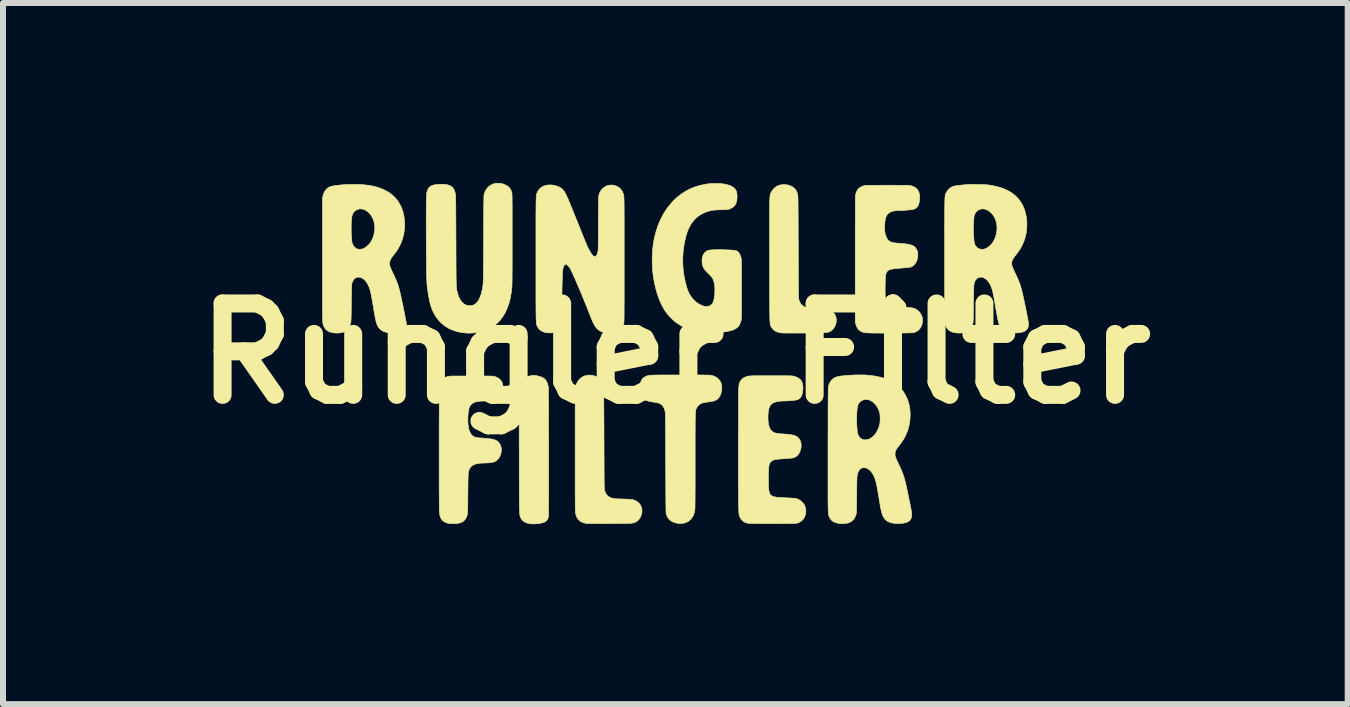
<source format=kicad_pcb>
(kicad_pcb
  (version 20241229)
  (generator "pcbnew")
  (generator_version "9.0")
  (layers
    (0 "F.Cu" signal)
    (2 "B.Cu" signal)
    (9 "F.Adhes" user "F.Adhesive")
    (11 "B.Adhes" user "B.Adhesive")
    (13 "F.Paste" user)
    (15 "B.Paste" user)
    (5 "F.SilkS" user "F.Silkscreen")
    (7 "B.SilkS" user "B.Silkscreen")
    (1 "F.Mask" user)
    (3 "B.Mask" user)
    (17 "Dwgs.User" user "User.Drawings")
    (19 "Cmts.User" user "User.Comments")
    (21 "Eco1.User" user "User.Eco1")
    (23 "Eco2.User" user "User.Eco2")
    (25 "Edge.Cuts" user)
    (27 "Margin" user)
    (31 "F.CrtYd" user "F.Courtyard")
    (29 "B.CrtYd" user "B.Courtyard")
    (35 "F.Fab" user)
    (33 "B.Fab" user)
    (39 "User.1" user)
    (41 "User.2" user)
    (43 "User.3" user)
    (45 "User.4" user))
  (footprint "Rungler Filter"
    (layer "F.Cu")
    (at 8.208 2.843)
    (property "Reference" "Rungler Filter" (at 0 0 0) (layer "F.SilkS") (effects (font (size 1.524 1.524) (thickness 0.3))))
    (attr through_hole)
    (fp_poly (pts (xy -2.331 0.366) (xy -2.297 0.373) (xy -2.262 0.382) (xy -2.229 0.394) (xy -2.201 0.408) (xy -2.188 0.417) (xy -2.165 0.439) (xy -2.145 0.468) (xy -2.13 0.504) (xy -2.12 0.544) (xy -2.117 0.566) (xy -2.116 0.574) (xy -2.116 0.591) (xy -2.116 0.616) (xy -2.115 0.648) (xy -2.115 0.688) (xy -2.115 0.736) (xy -2.114 0.79) (xy -2.114 0.852) (xy -2.114 0.92) (xy -2.113 0.995) (xy -2.113 1.077) (xy -2.113 1.164) (xy -2.113 1.258) (xy -2.113 1.357) (xy -2.112 1.462) (xy -2.112 1.572) (xy -2.112 1.655) (xy -2.112 1.767) (xy -2.112 1.871) (xy -2.112 1.968) (xy -2.112 2.056) (xy -2.112 2.138) (xy -2.112 2.212) (xy -2.112 2.28) (xy -2.112 2.342) (xy -2.112 2.398) (xy -2.113 2.448) (xy -2.113 2.492) (xy -2.113 2.532) (xy -2.113 2.567) (xy -2.113 2.598) (xy -2.114 2.624) (xy -2.114 2.647) (xy -2.114 2.666) (xy -2.115 2.683) (xy -2.115 2.696) (xy -2.116 2.707) (xy -2.116 2.715) (xy -2.117 2.722) (xy -2.117 2.727) (xy -2.118 2.731) (xy -2.119 2.733) (xy -2.13 2.763) (xy -2.148 2.787) (xy -2.168 2.803) (xy -2.189 2.814) (xy -2.218 2.823) (xy -2.252 2.83) (xy -2.289 2.835) (xy -2.327 2.839) (xy -2.366 2.84) (xy -2.403 2.839) (xy -2.437 2.835) (xy -2.442 2.834) (xy -2.481 2.823) (xy -2.515 2.807) (xy -2.543 2.785) (xy -2.566 2.759) (xy -2.576 2.741) (xy -2.578 2.736) (xy -2.581 2.731) (xy -2.583 2.726) (xy -2.585 2.721) (xy -2.587 2.715) (xy -2.589 2.708) (xy -2.591 2.701) (xy -2.592 2.692) (xy -2.593 2.681) (xy -2.594 2.668) (xy -2.596 2.652) (xy -2.596 2.634) (xy -2.597 2.612) (xy -2.598 2.587) (xy -2.599 2.558) (xy -2.599 2.525) (xy -2.6 2.488) (xy -2.6 2.446) (xy -2.6 2.398) (xy -2.601 2.346) (xy -2.601 2.287) (xy -2.601 2.223) (xy -2.601 2.152) (xy -2.602 2.075) (xy -2.602 1.99) (xy -2.602 1.898) (xy -2.602 1.798) (xy -2.602 1.69) (xy -2.602 1.651) (xy -2.603 1.527) (xy -2.603 1.41) (xy -2.603 1.303) (xy -2.603 1.203) (xy -2.603 1.112) (xy -2.603 1.028) (xy -2.603 0.952) (xy -2.602 0.885) (xy -2.602 0.824) (xy -2.602 0.772) (xy -2.602 0.727) (xy -2.601 0.689) (xy -2.601 0.659) (xy -2.6 0.636) (xy -2.6 0.62) (xy -2.599 0.612) (xy -2.592 0.56) (xy -2.578 0.513) (xy -2.558 0.473) (xy -2.533 0.438) (xy -2.502 0.409) (xy -2.48 0.395) (xy -2.456 0.383) (xy -2.427 0.374) (xy -2.396 0.367) (xy -2.367 0.364) (xy -2.363 0.364) (xy -2.331 0.366)) (stroke (width 0.01) (type solid)) (fill yes) (layer "F.SilkS"))
    (fp_poly (pts (xy -1.402 0.361) (xy -1.365 0.368) (xy -1.322 0.382) (xy -1.286 0.399) (xy -1.257 0.421) (xy -1.233 0.448) (xy -1.216 0.481) (xy -1.203 0.52) (xy -1.197 0.544) (xy -1.197 0.55) (xy -1.196 0.562) (xy -1.196 0.58) (xy -1.195 0.604) (xy -1.194 0.635) (xy -1.194 0.672) (xy -1.193 0.715) (xy -1.193 0.766) (xy -1.193 0.824) (xy -1.192 0.889) (xy -1.192 0.961) (xy -1.191 1.041) (xy -1.191 1.128) (xy -1.19 1.224) (xy -1.19 1.328) (xy -1.19 1.414) (xy -1.189 1.514) (xy -1.189 1.605) (xy -1.189 1.689) (xy -1.188 1.766) (xy -1.188 1.835) (xy -1.188 1.898) (xy -1.188 1.954) (xy -1.187 2.005) (xy -1.187 2.05) (xy -1.187 2.089) (xy -1.186 2.124) (xy -1.186 2.154) (xy -1.186 2.179) (xy -1.185 2.201) (xy -1.185 2.22) (xy -1.184 2.235) (xy -1.184 2.248) (xy -1.183 2.258) (xy -1.182 2.266) (xy -1.182 2.272) (xy -1.181 2.277) (xy -1.18 2.281) (xy -1.179 2.284) (xy -1.165 2.322) (xy -1.146 2.353) (xy -1.122 2.378) (xy -1.093 2.397) (xy -1.056 2.411) (xy -1.047 2.413) (xy -1.037 2.416) (xy -1.026 2.418) (xy -1.014 2.42) (xy -0.998 2.421) (xy -0.98 2.422) (xy -0.956 2.423) (xy -0.926 2.424) (xy -0.889 2.425) (xy -0.876 2.426) (xy -0.832 2.427) (xy -0.796 2.428) (xy -0.766 2.43) (xy -0.741 2.432) (xy -0.72 2.435) (xy -0.703 2.438) (xy -0.688 2.443) (xy -0.673 2.449) (xy -0.659 2.455) (xy -0.651 2.46) (xy -0.619 2.482) (xy -0.593 2.509) (xy -0.574 2.541) (xy -0.561 2.576) (xy -0.556 2.614) (xy -0.558 2.654) (xy -0.56 2.664) (xy -0.572 2.704) (xy -0.589 2.74) (xy -0.611 2.771) (xy -0.638 2.795) (xy -0.656 2.806) (xy -0.664 2.811) (xy -0.673 2.815) (xy -0.681 2.818) (xy -0.69 2.821) (xy -0.7 2.824) (xy -0.712 2.826) (xy -0.726 2.828) (xy -0.744 2.829) (xy -0.764 2.831) (xy -0.789 2.832) (xy -0.819 2.832) (xy -0.854 2.833) (xy -0.894 2.833) (xy -0.941 2.834) (xy -0.995 2.834) (xy -1.056 2.834) (xy -1.107 2.834) (xy -1.162 2.835) (xy -1.215 2.835) (xy -1.265 2.835) (xy -1.312 2.834) (xy -1.355 2.834) (xy -1.393 2.834) (xy -1.425 2.834) (xy -1.452 2.833) (xy -1.472 2.833) (xy -1.484 2.832) (xy -1.488 2.832) (xy -1.532 2.821) (xy -1.569 2.806) (xy -1.599 2.785) (xy -1.624 2.759) (xy -1.644 2.726) (xy -1.658 2.687) (xy -1.663 2.669) (xy -1.663 2.665) (xy -1.664 2.66) (xy -1.665 2.654) (xy -1.665 2.648) (xy -1.666 2.639) (xy -1.667 2.629) (xy -1.667 2.616) (xy -1.667 2.601) (xy -1.668 2.582) (xy -1.668 2.561) (xy -1.669 2.536) (xy -1.669 2.507) (xy -1.669 2.474) (xy -1.669 2.437) (xy -1.669 2.394) (xy -1.67 2.346) (xy -1.67 2.293) (xy -1.67 2.234) (xy -1.67 2.169) (xy -1.67 2.098) (xy -1.67 2.02) (xy -1.67 1.934) (xy -1.67 1.842) (xy -1.67 1.741) (xy -1.67 1.632) (xy -1.67 1.604) (xy -1.67 1.494) (xy -1.67 1.391) (xy -1.67 1.297) (xy -1.67 1.21) (xy -1.67 1.13) (xy -1.67 1.057) (xy -1.67 0.99) (xy -1.67 0.93) (xy -1.67 0.876) (xy -1.669 0.827) (xy -1.669 0.783) (xy -1.669 0.745) (xy -1.669 0.711) (xy -1.669 0.681) (xy -1.668 0.656) (xy -1.668 0.634) (xy -1.668 0.615) (xy -1.667 0.599) (xy -1.667 0.586) (xy -1.666 0.576) (xy -1.666 0.567) (xy -1.665 0.56) (xy -1.664 0.555) (xy -1.664 0.551) (xy -1.663 0.547) (xy -1.663 0.546) (xy -1.646 0.501) (xy -1.624 0.461) (xy -1.597 0.428) (xy -1.565 0.4) (xy -1.529 0.38) (xy -1.489 0.366) (xy -1.447 0.36) (xy -1.402 0.361)) (stroke (width 0.01) (type solid)) (fill yes) (layer "F.SilkS"))
    (fp_poly (pts (xy 1.84 -2.815) (xy 1.88 -2.808) (xy 1.894 -2.804) (xy 1.935 -2.788) (xy 1.969 -2.767) (xy 1.995 -2.742) (xy 2.016 -2.712) (xy 2.032 -2.675) (xy 2.039 -2.651) (xy 2.04 -2.647) (xy 2.041 -2.643) (xy 2.041 -2.636) (xy 2.042 -2.628) (xy 2.043 -2.618) (xy 2.043 -2.606) (xy 2.044 -2.591) (xy 2.044 -2.572) (xy 2.045 -2.551) (xy 2.045 -2.525) (xy 2.045 -2.495) (xy 2.046 -2.461) (xy 2.046 -2.422) (xy 2.046 -2.378) (xy 2.047 -2.328) (xy 2.047 -2.272) (xy 2.047 -2.21) (xy 2.048 -2.141) (xy 2.048 -2.065) (xy 2.048 -1.982) (xy 2.048 -1.891) (xy 2.049 -1.792) (xy 2.049 -1.774) (xy 2.049 -1.674) (xy 2.049 -1.583) (xy 2.05 -1.499) (xy 2.05 -1.422) (xy 2.05 -1.353) (xy 2.05 -1.29) (xy 2.051 -1.234) (xy 2.051 -1.183) (xy 2.051 -1.139) (xy 2.052 -1.099) (xy 2.052 -1.064) (xy 2.052 -1.034) (xy 2.053 -1.008) (xy 2.053 -0.986) (xy 2.053 -0.967) (xy 2.054 -0.952) (xy 2.054 -0.939) (xy 2.055 -0.929) (xy 2.056 -0.92) (xy 2.056 -0.913) (xy 2.057 -0.908) (xy 2.058 -0.904) (xy 2.059 -0.9) (xy 2.06 -0.896) (xy 2.06 -0.895) (xy 2.073 -0.859) (xy 2.09 -0.829) (xy 2.112 -0.804) (xy 2.138 -0.785) (xy 2.17 -0.77) (xy 2.208 -0.761) (xy 2.252 -0.755) (xy 2.297 -0.753) (xy 2.348 -0.753) (xy 2.394 -0.752) (xy 2.436 -0.749) (xy 2.474 -0.747) (xy 2.505 -0.744) (xy 2.529 -0.74) (xy 2.542 -0.737) (xy 2.582 -0.72) (xy 2.616 -0.699) (xy 2.644 -0.672) (xy 2.665 -0.639) (xy 2.667 -0.634) (xy 2.679 -0.6) (xy 2.683 -0.563) (xy 2.682 -0.526) (xy 2.674 -0.49) (xy 2.66 -0.455) (xy 2.642 -0.423) (xy 2.619 -0.396) (xy 2.591 -0.375) (xy 2.577 -0.367) (xy 2.568 -0.363) (xy 2.559 -0.359) (xy 2.549 -0.356) (xy 2.538 -0.354) (xy 2.526 -0.351) (xy 2.51 -0.349) (xy 2.492 -0.348) (xy 2.47 -0.346) (xy 2.444 -0.345) (xy 2.414 -0.344) (xy 2.378 -0.344) (xy 2.336 -0.343) (xy 2.287 -0.342) (xy 2.232 -0.342) (xy 2.169 -0.341) (xy 2.136 -0.341) (xy 2.082 -0.341) (xy 2.03 -0.341) (xy 1.981 -0.341) (xy 1.936 -0.341) (xy 1.894 -0.341) (xy 1.857 -0.341) (xy 1.825 -0.341) (xy 1.8 -0.342) (xy 1.781 -0.342) (xy 1.77 -0.343) (xy 1.768 -0.343) (xy 1.722 -0.352) (xy 1.682 -0.366) (xy 1.648 -0.386) (xy 1.621 -0.411) (xy 1.6 -0.441) (xy 1.595 -0.451) (xy 1.593 -0.456) (xy 1.591 -0.461) (xy 1.589 -0.465) (xy 1.587 -0.469) (xy 1.585 -0.474) (xy 1.584 -0.479) (xy 1.582 -0.485) (xy 1.581 -0.492) (xy 1.58 -0.502) (xy 1.579 -0.512) (xy 1.578 -0.526) (xy 1.577 -0.541) (xy 1.576 -0.56) (xy 1.575 -0.582) (xy 1.575 -0.607) (xy 1.574 -0.636) (xy 1.574 -0.67) (xy 1.573 -0.708) (xy 1.573 -0.751) (xy 1.573 -0.798) (xy 1.573 -0.852) (xy 1.572 -0.911) (xy 1.572 -0.976) (xy 1.572 -1.048) (xy 1.572 -1.126) (xy 1.572 -1.211) (xy 1.572 -1.304) (xy 1.572 -1.405) (xy 1.572 -1.513) (xy 1.572 -1.555) (xy 1.572 -1.668) (xy 1.571 -1.772) (xy 1.571 -1.869) (xy 1.571 -1.958) (xy 1.571 -2.041) (xy 1.571 -2.116) (xy 1.571 -2.185) (xy 1.571 -2.247) (xy 1.571 -2.304) (xy 1.571 -2.355) (xy 1.572 -2.401) (xy 1.572 -2.441) (xy 1.572 -2.477) (xy 1.573 -2.509) (xy 1.573 -2.537) (xy 1.574 -2.561) (xy 1.575 -2.582) (xy 1.576 -2.6) (xy 1.577 -2.615) (xy 1.579 -2.628) (xy 1.58 -2.638) (xy 1.582 -2.647) (xy 1.583 -2.654) (xy 1.585 -2.661) (xy 1.587 -2.666) (xy 1.59 -2.671) (xy 1.592 -2.676) (xy 1.595 -2.681) (xy 1.598 -2.686) (xy 1.6 -2.691) (xy 1.623 -2.727) (xy 1.651 -2.758) (xy 1.683 -2.783) (xy 1.718 -2.801) (xy 1.721 -2.802) (xy 1.758 -2.812) (xy 1.798 -2.816) (xy 1.84 -2.815)) (stroke (width 0.01) (type solid)) (fill yes) (layer "F.SilkS"))
    (fp_poly (pts (xy 0.08 0.358) (xy 0.085 0.358) (xy 0.16 0.358) (xy 0.228 0.358) (xy 0.287 0.358) (xy 0.34 0.358) (xy 0.387 0.358) (xy 0.427 0.358) (xy 0.462 0.358) (xy 0.491 0.359) (xy 0.516 0.359) (xy 0.537 0.359) (xy 0.554 0.36) (xy 0.568 0.36) (xy 0.579 0.361) (xy 0.588 0.362) (xy 0.595 0.363) (xy 0.601 0.364) (xy 0.606 0.365) (xy 0.607 0.365) (xy 0.649 0.379) (xy 0.685 0.398) (xy 0.716 0.423) (xy 0.718 0.425) (xy 0.742 0.453) (xy 0.759 0.484) (xy 0.769 0.518) (xy 0.774 0.556) (xy 0.774 0.587) (xy 0.768 0.635) (xy 0.757 0.678) (xy 0.74 0.714) (xy 0.719 0.744) (xy 0.692 0.768) (xy 0.66 0.785) (xy 0.641 0.791) (xy 0.632 0.793) (xy 0.615 0.796) (xy 0.594 0.8) (xy 0.57 0.804) (xy 0.55 0.807) (xy 0.524 0.811) (xy 0.5 0.815) (xy 0.478 0.819) (xy 0.462 0.822) (xy 0.454 0.824) (xy 0.423 0.837) (xy 0.394 0.857) (xy 0.37 0.881) (xy 0.353 0.91) (xy 0.35 0.916) (xy 0.348 0.921) (xy 0.345 0.927) (xy 0.343 0.932) (xy 0.342 0.938) (xy 0.34 0.944) (xy 0.339 0.952) (xy 0.337 0.961) (xy 0.336 0.972) (xy 0.335 0.986) (xy 0.334 1.002) (xy 0.333 1.021) (xy 0.333 1.043) (xy 0.332 1.07) (xy 0.332 1.1) (xy 0.331 1.135) (xy 0.331 1.175) (xy 0.331 1.22) (xy 0.331 1.27) (xy 0.33 1.327) (xy 0.33 1.39) (xy 0.33 1.46) (xy 0.33 1.537) (xy 0.33 1.621) (xy 0.33 1.713) (xy 0.33 1.778) (xy 0.33 1.891) (xy 0.33 1.995) (xy 0.33 2.09) (xy 0.33 2.178) (xy 0.33 2.257) (xy 0.329 2.328) (xy 0.329 2.391) (xy 0.329 2.445) (xy 0.328 2.492) (xy 0.328 2.53) (xy 0.327 2.56) (xy 0.327 2.583) (xy 0.326 2.597) (xy 0.326 2.602) (xy 0.317 2.651) (xy 0.302 2.694) (xy 0.281 2.733) (xy 0.254 2.766) (xy 0.222 2.793) (xy 0.186 2.814) (xy 0.146 2.827) (xy 0.133 2.83) (xy 0.109 2.834) (xy 0.09 2.835) (xy 0.071 2.835) (xy 0.048 2.832) (xy 0.045 2.832) (xy 0.009 2.824) (xy -0.026 2.813) (xy -0.058 2.798) (xy -0.085 2.78) (xy -0.103 2.764) (xy -0.122 2.739) (xy -0.139 2.709) (xy -0.151 2.675) (xy -0.153 2.669) (xy -0.153 2.665) (xy -0.154 2.658) (xy -0.155 2.647) (xy -0.155 2.633) (xy -0.156 2.615) (xy -0.156 2.592) (xy -0.157 2.565) (xy -0.157 2.534) (xy -0.158 2.496) (xy -0.158 2.454) (xy -0.158 2.405) (xy -0.159 2.351) (xy -0.159 2.29) (xy -0.159 2.222) (xy -0.16 2.147) (xy -0.16 2.065) (xy -0.16 1.975) (xy -0.161 1.877) (xy -0.161 1.825) (xy -0.161 1.726) (xy -0.162 1.635) (xy -0.162 1.552) (xy -0.162 1.476) (xy -0.162 1.408) (xy -0.163 1.346) (xy -0.163 1.29) (xy -0.163 1.241) (xy -0.164 1.196) (xy -0.164 1.157) (xy -0.164 1.123) (xy -0.165 1.094) (xy -0.165 1.068) (xy -0.166 1.047) (xy -0.166 1.028) (xy -0.167 1.013) (xy -0.167 1) (xy -0.168 0.99) (xy -0.169 0.982) (xy -0.169 0.975) (xy -0.17 0.969) (xy -0.171 0.965) (xy -0.182 0.924) (xy -0.199 0.89) (xy -0.22 0.862) (xy -0.247 0.841) (xy -0.27 0.829) (xy -0.283 0.826) (xy -0.302 0.821) (xy -0.325 0.816) (xy -0.35 0.812) (xy -0.362 0.81) (xy -0.405 0.803) (xy -0.441 0.796) (xy -0.47 0.788) (xy -0.494 0.779) (xy -0.514 0.769) (xy -0.531 0.756) (xy -0.546 0.742) (xy -0.554 0.732) (xy -0.569 0.711) (xy -0.579 0.687) (xy -0.586 0.66) (xy -0.59 0.627) (xy -0.59 0.595) (xy -0.589 0.547) (xy -0.584 0.507) (xy -0.576 0.473) (xy -0.565 0.446) (xy -0.549 0.423) (xy -0.53 0.404) (xy -0.505 0.389) (xy -0.498 0.385) (xy -0.489 0.381) (xy -0.482 0.377) (xy -0.474 0.374) (xy -0.466 0.371) (xy -0.458 0.369) (xy -0.449 0.367) (xy -0.437 0.365) (xy -0.424 0.363) (xy -0.408 0.362) (xy -0.389 0.361) (xy -0.366 0.36) (xy -0.34 0.359) (xy -0.308 0.359) (xy -0.272 0.358) (xy -0.23 0.358) (xy -0.182 0.358) (xy -0.128 0.358) (xy -0.066 0.358) (xy 0.003 0.358) (xy 0.08 0.358)) (stroke (width 0.01) (type solid)) (fill yes) (layer "F.SilkS"))
    (fp_poly (pts (xy -3.338 0.375) (xy -3.282 0.375) (xy -3.233 0.375) (xy -3.191 0.375) (xy -3.156 0.375) (xy -3.126 0.375) (xy -3.101 0.376) (xy -3.08 0.376) (xy -3.063 0.377) (xy -3.05 0.377) (xy -3.039 0.378) (xy -3.031 0.379) (xy -3.024 0.38) (xy -3.019 0.381) (xy -3.014 0.382) (xy -2.976 0.397) (xy -2.943 0.416) (xy -2.915 0.44) (xy -2.895 0.469) (xy -2.887 0.485) (xy -2.882 0.501) (xy -2.879 0.518) (xy -2.876 0.54) (xy -2.875 0.558) (xy -2.876 0.607) (xy -2.88 0.649) (xy -2.891 0.685) (xy -2.906 0.715) (xy -2.927 0.74) (xy -2.953 0.759) (xy -2.985 0.773) (xy -2.989 0.774) (xy -3.004 0.778) (xy -3.023 0.781) (xy -3.047 0.784) (xy -3.076 0.787) (xy -3.112 0.789) (xy -3.155 0.791) (xy -3.177 0.792) (xy -3.213 0.793) (xy -3.241 0.794) (xy -3.264 0.796) (xy -3.281 0.797) (xy -3.296 0.799) (xy -3.308 0.802) (xy -3.319 0.804) (xy -3.352 0.816) (xy -3.38 0.83) (xy -3.402 0.848) (xy -3.42 0.869) (xy -3.434 0.897) (xy -3.444 0.93) (xy -3.451 0.97) (xy -3.454 0.999) (xy -3.459 1.067) (xy -3.459 1.129) (xy -3.455 1.186) (xy -3.448 1.236) (xy -3.437 1.28) (xy -3.421 1.318) (xy -3.403 1.348) (xy -3.396 1.355) (xy -3.378 1.373) (xy -3.357 1.386) (xy -3.332 1.396) (xy -3.303 1.403) (xy -3.267 1.407) (xy -3.255 1.407) (xy -3.199 1.411) (xy -3.151 1.415) (xy -3.109 1.419) (xy -3.074 1.424) (xy -3.044 1.43) (xy -3.019 1.436) (xy -2.998 1.444) (xy -2.981 1.452) (xy -2.965 1.463) (xy -2.952 1.474) (xy -2.951 1.474) (xy -2.929 1.501) (xy -2.914 1.532) (xy -2.904 1.566) (xy -2.9 1.601) (xy -2.902 1.637) (xy -2.91 1.673) (xy -2.922 1.707) (xy -2.939 1.738) (xy -2.961 1.765) (xy -2.986 1.788) (xy -3.016 1.804) (xy -3.035 1.811) (xy -3.058 1.816) (xy -3.086 1.82) (xy -3.117 1.823) (xy -3.148 1.824) (xy -3.164 1.825) (xy -3.22 1.826) (xy -3.269 1.83) (xy -3.311 1.837) (xy -3.346 1.848) (xy -3.375 1.862) (xy -3.399 1.879) (xy -3.418 1.9) (xy -3.432 1.925) (xy -3.434 1.928) (xy -3.437 1.937) (xy -3.441 1.945) (xy -3.444 1.954) (xy -3.446 1.964) (xy -3.448 1.974) (xy -3.45 1.987) (xy -3.452 2.003) (xy -3.453 2.022) (xy -3.454 2.044) (xy -3.455 2.071) (xy -3.456 2.103) (xy -3.457 2.141) (xy -3.457 2.185) (xy -3.458 2.236) (xy -3.458 2.295) (xy -3.459 2.33) (xy -3.459 2.394) (xy -3.46 2.449) (xy -3.46 2.497) (xy -3.461 2.538) (xy -3.462 2.574) (xy -3.463 2.604) (xy -3.464 2.629) (xy -3.465 2.65) (xy -3.467 2.668) (xy -3.469 2.682) (xy -3.471 2.695) (xy -3.474 2.705) (xy -3.477 2.715) (xy -3.481 2.724) (xy -3.485 2.733) (xy -3.491 2.743) (xy -3.491 2.744) (xy -3.509 2.772) (xy -3.532 2.794) (xy -3.559 2.812) (xy -3.593 2.824) (xy -3.632 2.832) (xy -3.678 2.836) (xy -3.703 2.836) (xy -3.725 2.835) (xy -3.744 2.835) (xy -3.76 2.834) (xy -3.77 2.833) (xy -3.77 2.833) (xy -3.808 2.825) (xy -3.843 2.81) (xy -3.872 2.79) (xy -3.896 2.765) (xy -3.913 2.736) (xy -3.918 2.721) (xy -3.92 2.714) (xy -3.922 2.708) (xy -3.924 2.701) (xy -3.925 2.695) (xy -3.927 2.687) (xy -3.928 2.679) (xy -3.929 2.67) (xy -3.93 2.659) (xy -3.931 2.646) (xy -3.932 2.63) (xy -3.933 2.612) (xy -3.934 2.592) (xy -3.934 2.568) (xy -3.935 2.54) (xy -3.935 2.508) (xy -3.936 2.473) (xy -3.936 2.432) (xy -3.936 2.387) (xy -3.936 2.337) (xy -3.937 2.281) (xy -3.937 2.219) (xy -3.937 2.151) (xy -3.937 2.077) (xy -3.937 1.996) (xy -3.937 1.907) (xy -3.937 1.812) (xy -3.937 1.708) (xy -3.937 1.596) (xy -3.937 1.593) (xy -3.937 1.48) (xy -3.937 1.375) (xy -3.937 1.278) (xy -3.937 1.189) (xy -3.937 1.107) (xy -3.936 1.032) (xy -3.936 0.963) (xy -3.936 0.901) (xy -3.936 0.845) (xy -3.936 0.795) (xy -3.936 0.75) (xy -3.935 0.711) (xy -3.935 0.676) (xy -3.935 0.646) (xy -3.934 0.621) (xy -3.934 0.599) (xy -3.934 0.581) (xy -3.933 0.566) (xy -3.933 0.555) (xy -3.932 0.546) (xy -3.931 0.54) (xy -3.931 0.538) (xy -3.921 0.497) (xy -3.906 0.463) (xy -3.887 0.435) (xy -3.862 0.413) (xy -3.83 0.395) (xy -3.792 0.383) (xy -3.79 0.382) (xy -3.784 0.381) (xy -3.778 0.38) (xy -3.77 0.379) (xy -3.761 0.378) (xy -3.748 0.377) (xy -3.733 0.376) (xy -3.714 0.376) (xy -3.691 0.376) (xy -3.663 0.375) (xy -3.63 0.375) (xy -3.591 0.375) (xy -3.546 0.375) (xy -3.493 0.375) (xy -3.433 0.375) (xy -3.401 0.375) (xy -3.338 0.375)) (stroke (width 0.01) (type solid)) (fill yes) (layer "F.SilkS"))
    (fp_poly (pts (xy 0.698 -2.834) (xy 0.731 -2.833) (xy 0.76 -2.832) (xy 0.784 -2.83) (xy 0.796 -2.828) (xy 0.848 -2.818) (xy 0.893 -2.806) (xy 0.93 -2.791) (xy 0.961 -2.773) (xy 0.981 -2.757) (xy 0.998 -2.738) (xy 1.011 -2.719) (xy 1.02 -2.697) (xy 1.025 -2.672) (xy 1.028 -2.641) (xy 1.029 -2.607) (xy 1.026 -2.562) (xy 1.018 -2.522) (xy 1.003 -2.487) (xy 0.982 -2.458) (xy 0.954 -2.435) (xy 0.92 -2.416) (xy 0.894 -2.406) (xy 0.884 -2.404) (xy 0.869 -2.402) (xy 0.849 -2.4) (xy 0.822 -2.398) (xy 0.788 -2.397) (xy 0.76 -2.396) (xy 0.716 -2.395) (xy 0.678 -2.393) (xy 0.646 -2.39) (xy 0.622 -2.388) (xy 0.609 -2.386) (xy 0.542 -2.37) (xy 0.48 -2.346) (xy 0.422 -2.316) (xy 0.37 -2.28) (xy 0.323 -2.236) (xy 0.281 -2.186) (xy 0.245 -2.129) (xy 0.214 -2.066) (xy 0.202 -2.036) (xy 0.193 -2.01) (xy 0.183 -1.977) (xy 0.173 -1.941) (xy 0.164 -1.902) (xy 0.155 -1.864) (xy 0.148 -1.829) (xy 0.132 -1.721) (xy 0.124 -1.612) (xy 0.124 -1.502) (xy 0.131 -1.391) (xy 0.147 -1.282) (xy 0.17 -1.174) (xy 0.174 -1.16) (xy 0.186 -1.115) (xy 0.198 -1.078) (xy 0.21 -1.045) (xy 0.222 -1.016) (xy 0.236 -0.989) (xy 0.252 -0.962) (xy 0.255 -0.958) (xy 0.281 -0.922) (xy 0.311 -0.889) (xy 0.344 -0.86) (xy 0.378 -0.835) (xy 0.414 -0.814) (xy 0.449 -0.798) (xy 0.484 -0.788) (xy 0.517 -0.784) (xy 0.547 -0.786) (xy 0.574 -0.795) (xy 0.574 -0.795) (xy 0.599 -0.812) (xy 0.618 -0.834) (xy 0.633 -0.862) (xy 0.642 -0.892) (xy 0.654 -0.958) (xy 0.659 -1.024) (xy 0.659 -1.089) (xy 0.652 -1.152) (xy 0.643 -1.194) (xy 0.637 -1.215) (xy 0.631 -1.234) (xy 0.623 -1.25) (xy 0.613 -1.266) (xy 0.6 -1.282) (xy 0.582 -1.301) (xy 0.56 -1.324) (xy 0.552 -1.331) (xy 0.525 -1.359) (xy 0.503 -1.383) (xy 0.486 -1.404) (xy 0.473 -1.424) (xy 0.464 -1.443) (xy 0.456 -1.464) (xy 0.453 -1.477) (xy 0.446 -1.515) (xy 0.445 -1.555) (xy 0.449 -1.593) (xy 0.458 -1.628) (xy 0.466 -1.647) (xy 0.48 -1.669) (xy 0.499 -1.69) (xy 0.52 -1.706) (xy 0.535 -1.715) (xy 0.551 -1.72) (xy 0.575 -1.724) (xy 0.606 -1.727) (xy 0.644 -1.729) (xy 0.688 -1.73) (xy 0.737 -1.731) (xy 0.791 -1.73) (xy 0.848 -1.728) (xy 0.86 -1.728) (xy 0.901 -1.726) (xy 0.934 -1.725) (xy 0.961 -1.723) (xy 0.982 -1.72) (xy 0.999 -1.717) (xy 1.012 -1.714) (xy 1.024 -1.709) (xy 1.034 -1.703) (xy 1.043 -1.696) (xy 1.046 -1.693) (xy 1.061 -1.678) (xy 1.074 -1.655) (xy 1.086 -1.628) (xy 1.095 -1.598) (xy 1.095 -1.596) (xy 1.097 -1.591) (xy 1.098 -1.585) (xy 1.098 -1.577) (xy 1.099 -1.568) (xy 1.1 -1.557) (xy 1.101 -1.543) (xy 1.101 -1.526) (xy 1.101 -1.506) (xy 1.102 -1.481) (xy 1.102 -1.452) (xy 1.102 -1.418) (xy 1.102 -1.378) (xy 1.103 -1.332) (xy 1.103 -1.28) (xy 1.103 -1.221) (xy 1.103 -1.154) (xy 1.103 -1.079) (xy 1.103 -1.069) (xy 1.103 -0.993) (xy 1.103 -0.926) (xy 1.103 -0.866) (xy 1.103 -0.813) (xy 1.103 -0.766) (xy 1.102 -0.726) (xy 1.102 -0.691) (xy 1.102 -0.662) (xy 1.102 -0.637) (xy 1.101 -0.616) (xy 1.101 -0.599) (xy 1.1 -0.585) (xy 1.099 -0.574) (xy 1.099 -0.565) (xy 1.098 -0.558) (xy 1.097 -0.553) (xy 1.096 -0.548) (xy 1.095 -0.546) (xy 1.084 -0.514) (xy 1.071 -0.484) (xy 1.056 -0.459) (xy 1.048 -0.449) (xy 1.031 -0.434) (xy 1.01 -0.418) (xy 0.986 -0.404) (xy 0.964 -0.393) (xy 0.961 -0.392) (xy 0.934 -0.384) (xy 0.899 -0.375) (xy 0.86 -0.367) (xy 0.816 -0.36) (xy 0.77 -0.353) (xy 0.723 -0.348) (xy 0.677 -0.344) (xy 0.662 -0.343) (xy 0.634 -0.341) (xy 0.613 -0.34) (xy 0.596 -0.34) (xy 0.58 -0.34) (xy 0.564 -0.34) (xy 0.546 -0.341) (xy 0.523 -0.342) (xy 0.514 -0.343) (xy 0.422 -0.353) (xy 0.334 -0.37) (xy 0.25 -0.394) (xy 0.171 -0.424) (xy 0.096 -0.462) (xy 0.027 -0.507) (xy 0.013 -0.517) (xy -0.014 -0.538) (xy -0.043 -0.565) (xy -0.073 -0.594) (xy -0.102 -0.624) (xy -0.127 -0.653) (xy -0.145 -0.675) (xy -0.185 -0.733) (xy -0.22 -0.795) (xy -0.252 -0.862) (xy -0.281 -0.934) (xy -0.307 -1.013) (xy -0.33 -1.098) (xy -0.347 -1.173) (xy -0.359 -1.236) (xy -0.368 -1.295) (xy -0.376 -1.353) (xy -0.381 -1.412) (xy -0.384 -1.477) (xy -0.385 -1.492) (xy -0.386 -1.606) (xy -0.38 -1.717) (xy -0.368 -1.825) (xy -0.349 -1.93) (xy -0.323 -2.03) (xy -0.292 -2.127) (xy -0.254 -2.219) (xy -0.21 -2.306) (xy -0.16 -2.388) (xy -0.104 -2.464) (xy -0.043 -2.535) (xy -0.028 -2.551) (xy 0.038 -2.611) (xy 0.107 -2.664) (xy 0.179 -2.71) (xy 0.255 -2.749) (xy 0.335 -2.78) (xy 0.42 -2.805) (xy 0.51 -2.823) (xy 0.546 -2.828) (xy 0.568 -2.831) (xy 0.596 -2.832) (xy 0.629 -2.833) (xy 0.663 -2.834) (xy 0.698 -2.834)) (stroke (width 0.01) (type solid)) (fill yes) (layer "F.SilkS"))
    (fp_poly (pts (xy 3.603 -2.805) (xy 3.659 -2.805) (xy 3.707 -2.804) (xy 3.749 -2.804) (xy 3.784 -2.804) (xy 3.814 -2.804) (xy 3.839 -2.804) (xy 3.86 -2.803) (xy 3.877 -2.803) (xy 3.89 -2.802) (xy 3.901 -2.801) (xy 3.909 -2.801) (xy 3.916 -2.799) (xy 3.923 -2.798) (xy 3.928 -2.797) (xy 3.934 -2.795) (xy 3.934 -2.795) (xy 3.974 -2.781) (xy 4.006 -2.762) (xy 4.032 -2.738) (xy 4.051 -2.71) (xy 4.064 -2.675) (xy 4.071 -2.635) (xy 4.072 -2.603) (xy 4.071 -2.563) (xy 4.066 -2.528) (xy 4.057 -2.492) (xy 4.055 -2.485) (xy 4.047 -2.466) (xy 4.037 -2.45) (xy 4.024 -2.436) (xy 4.009 -2.422) (xy 3.992 -2.412) (xy 3.973 -2.405) (xy 3.949 -2.4) (xy 3.924 -2.396) (xy 3.903 -2.394) (xy 3.876 -2.392) (xy 3.845 -2.389) (xy 3.812 -2.387) (xy 3.78 -2.385) (xy 3.751 -2.384) (xy 3.727 -2.383) (xy 3.718 -2.383) (xy 3.688 -2.382) (xy 3.656 -2.378) (xy 3.626 -2.372) (xy 3.599 -2.364) (xy 3.592 -2.361) (xy 3.564 -2.346) (xy 3.542 -2.328) (xy 3.524 -2.304) (xy 3.51 -2.274) (xy 3.5 -2.238) (xy 3.493 -2.195) (xy 3.493 -2.189) (xy 3.488 -2.126) (xy 3.489 -2.069) (xy 3.494 -2.017) (xy 3.504 -1.972) (xy 3.519 -1.934) (xy 3.538 -1.902) (xy 3.561 -1.878) (xy 3.572 -1.87) (xy 3.582 -1.864) (xy 3.594 -1.858) (xy 3.607 -1.853) (xy 3.624 -1.849) (xy 3.644 -1.846) (xy 3.669 -1.843) (xy 3.7 -1.84) (xy 3.737 -1.837) (xy 3.782 -1.833) (xy 3.785 -1.833) (xy 3.836 -1.828) (xy 3.879 -1.822) (xy 3.915 -1.814) (xy 3.945 -1.804) (xy 3.97 -1.792) (xy 3.991 -1.776) (xy 4.008 -1.757) (xy 4.022 -1.734) (xy 4.027 -1.724) (xy 4.033 -1.709) (xy 4.038 -1.696) (xy 4.04 -1.681) (xy 4.042 -1.661) (xy 4.042 -1.653) (xy 4.041 -1.611) (xy 4.033 -1.571) (xy 4.02 -1.534) (xy 4.001 -1.502) (xy 3.978 -1.475) (xy 3.951 -1.454) (xy 3.924 -1.441) (xy 3.915 -1.439) (xy 3.898 -1.436) (xy 3.874 -1.434) (xy 3.844 -1.431) (xy 3.81 -1.428) (xy 3.771 -1.425) (xy 3.768 -1.424) (xy 3.718 -1.42) (xy 3.677 -1.416) (xy 3.642 -1.412) (xy 3.614 -1.408) (xy 3.591 -1.403) (xy 3.572 -1.397) (xy 3.557 -1.391) (xy 3.545 -1.383) (xy 3.535 -1.373) (xy 3.527 -1.362) (xy 3.524 -1.356) (xy 3.518 -1.345) (xy 3.513 -1.334) (xy 3.509 -1.322) (xy 3.506 -1.307) (xy 3.504 -1.289) (xy 3.502 -1.267) (xy 3.501 -1.239) (xy 3.499 -1.206) (xy 3.498 -1.165) (xy 3.498 -1.145) (xy 3.497 -1.085) (xy 3.497 -1.032) (xy 3.498 -0.986) (xy 3.5 -0.947) (xy 3.503 -0.915) (xy 3.506 -0.887) (xy 3.511 -0.865) (xy 3.517 -0.847) (xy 3.524 -0.833) (xy 3.533 -0.821) (xy 3.536 -0.818) (xy 3.546 -0.81) (xy 3.556 -0.803) (xy 3.568 -0.797) (xy 3.582 -0.792) (xy 3.6 -0.787) (xy 3.622 -0.784) (xy 3.648 -0.781) (xy 3.68 -0.778) (xy 3.719 -0.776) (xy 3.765 -0.773) (xy 3.785 -0.773) (xy 3.833 -0.77) (xy 3.874 -0.768) (xy 3.908 -0.765) (xy 3.934 -0.763) (xy 3.952 -0.761) (xy 3.958 -0.759) (xy 3.997 -0.746) (xy 4.032 -0.725) (xy 4.063 -0.698) (xy 4.088 -0.665) (xy 4.107 -0.627) (xy 4.111 -0.618) (xy 4.116 -0.599) (xy 4.119 -0.579) (xy 4.121 -0.555) (xy 4.121 -0.55) (xy 4.117 -0.508) (xy 4.106 -0.468) (xy 4.089 -0.433) (xy 4.066 -0.403) (xy 4.038 -0.378) (xy 4.004 -0.359) (xy 3.967 -0.347) (xy 3.958 -0.346) (xy 3.942 -0.346) (xy 3.919 -0.345) (xy 3.89 -0.344) (xy 3.856 -0.343) (xy 3.817 -0.343) (xy 3.774 -0.342) (xy 3.728 -0.342) (xy 3.68 -0.341) (xy 3.631 -0.341) (xy 3.581 -0.341) (xy 3.531 -0.341) (xy 3.482 -0.34) (xy 3.434 -0.34) (xy 3.389 -0.341) (xy 3.348 -0.341) (xy 3.31 -0.341) (xy 3.277 -0.342) (xy 3.25 -0.342) (xy 3.23 -0.343) (xy 3.194 -0.345) (xy 3.165 -0.347) (xy 3.144 -0.35) (xy 3.132 -0.353) (xy 3.096 -0.368) (xy 3.066 -0.388) (xy 3.042 -0.413) (xy 3.024 -0.445) (xy 3.01 -0.483) (xy 3.009 -0.487) (xy 2.999 -0.523) (xy 2.999 -1.573) (xy 2.999 -1.685) (xy 2.999 -1.788) (xy 2.999 -1.884) (xy 2.999 -1.973) (xy 2.999 -2.054) (xy 2.999 -2.128) (xy 3 -2.196) (xy 3 -2.257) (xy 3 -2.313) (xy 3 -2.363) (xy 3 -2.407) (xy 3 -2.447) (xy 3.001 -2.482) (xy 3.001 -2.512) (xy 3.001 -2.539) (xy 3.001 -2.562) (xy 3.002 -2.581) (xy 3.002 -2.598) (xy 3.003 -2.611) (xy 3.003 -2.623) (xy 3.004 -2.632) (xy 3.004 -2.639) (xy 3.005 -2.645) (xy 3.006 -2.649) (xy 3.006 -2.653) (xy 3.006 -2.653) (xy 3.018 -2.692) (xy 3.035 -2.725) (xy 3.057 -2.751) (xy 3.084 -2.772) (xy 3.118 -2.788) (xy 3.148 -2.797) (xy 3.154 -2.798) (xy 3.16 -2.8) (xy 3.168 -2.801) (xy 3.178 -2.801) (xy 3.19 -2.802) (xy 3.205 -2.803) (xy 3.224 -2.803) (xy 3.247 -2.804) (xy 3.275 -2.804) (xy 3.308 -2.804) (xy 3.347 -2.804) (xy 3.392 -2.804) (xy 3.445 -2.805) (xy 3.505 -2.805) (xy 3.539 -2.805) (xy 3.603 -2.805)) (stroke (width 0.01) (type solid)) (fill yes) (layer "F.SilkS"))
    (fp_poly (pts (xy -2.922 -2.837) (xy -2.896 -2.833) (xy -2.887 -2.831) (xy -2.862 -2.822) (xy -2.835 -2.811) (xy -2.809 -2.798) (xy -2.789 -2.784) (xy -2.784 -2.781) (xy -2.767 -2.764) (xy -2.751 -2.741) (xy -2.737 -2.716) (xy -2.728 -2.693) (xy -2.727 -2.69) (xy -2.726 -2.686) (xy -2.725 -2.681) (xy -2.724 -2.675) (xy -2.724 -2.667) (xy -2.723 -2.657) (xy -2.723 -2.644) (xy -2.722 -2.629) (xy -2.722 -2.61) (xy -2.721 -2.588) (xy -2.721 -2.562) (xy -2.721 -2.531) (xy -2.721 -2.496) (xy -2.72 -2.455) (xy -2.72 -2.409) (xy -2.72 -2.358) (xy -2.72 -2.3) (xy -2.72 -2.235) (xy -2.72 -2.164) (xy -2.72 -2.085) (xy -2.72 -1.998) (xy -2.72 -1.905) (xy -2.72 -1.809) (xy -2.72 -1.721) (xy -2.72 -1.641) (xy -2.72 -1.568) (xy -2.72 -1.502) (xy -2.72 -1.442) (xy -2.72 -1.389) (xy -2.721 -1.341) (xy -2.721 -1.298) (xy -2.721 -1.26) (xy -2.722 -1.226) (xy -2.722 -1.196) (xy -2.723 -1.17) (xy -2.723 -1.147) (xy -2.724 -1.127) (xy -2.725 -1.109) (xy -2.726 -1.092) (xy -2.727 -1.078) (xy -2.729 -1.064) (xy -2.73 -1.052) (xy -2.732 -1.039) (xy -2.734 -1.026) (xy -2.736 -1.013) (xy -2.738 -1.001) (xy -2.754 -0.912) (xy -2.776 -0.829) (xy -2.804 -0.753) (xy -2.836 -0.682) (xy -2.874 -0.618) (xy -2.917 -0.56) (xy -2.965 -0.509) (xy -3.017 -0.465) (xy -3.075 -0.428) (xy -3.095 -0.417) (xy -3.158 -0.389) (xy -3.223 -0.367) (xy -3.292 -0.352) (xy -3.367 -0.343) (xy -3.37 -0.343) (xy -3.399 -0.341) (xy -3.423 -0.34) (xy -3.444 -0.34) (xy -3.466 -0.34) (xy -3.49 -0.342) (xy -3.569 -0.351) (xy -3.644 -0.367) (xy -3.713 -0.39) (xy -3.778 -0.419) (xy -3.838 -0.456) (xy -3.892 -0.499) (xy -3.941 -0.548) (xy -3.985 -0.604) (xy -4.022 -0.665) (xy -4.054 -0.732) (xy -4.08 -0.806) (xy -4.089 -0.84) (xy -4.101 -0.893) (xy -4.112 -0.953) (xy -4.123 -1.019) (xy -4.133 -1.09) (xy -4.139 -1.139) (xy -4.14 -1.158) (xy -4.142 -1.185) (xy -4.143 -1.221) (xy -4.145 -1.264) (xy -4.146 -1.314) (xy -4.147 -1.372) (xy -4.148 -1.437) (xy -4.149 -1.508) (xy -4.15 -1.586) (xy -4.151 -1.67) (xy -4.151 -1.76) (xy -4.152 -1.856) (xy -4.152 -1.958) (xy -4.152 -2.064) (xy -4.153 -2.153) (xy -4.153 -2.232) (xy -4.152 -2.303) (xy -4.152 -2.366) (xy -4.152 -2.423) (xy -4.152 -2.473) (xy -4.151 -2.516) (xy -4.15 -2.554) (xy -4.149 -2.587) (xy -4.148 -2.614) (xy -4.147 -2.638) (xy -4.146 -2.657) (xy -4.144 -2.673) (xy -4.142 -2.685) (xy -4.14 -2.696) (xy -4.138 -2.701) (xy -4.125 -2.736) (xy -4.109 -2.763) (xy -4.088 -2.783) (xy -4.061 -2.799) (xy -4.029 -2.809) (xy -4.007 -2.813) (xy -3.946 -2.82) (xy -3.89 -2.822) (xy -3.841 -2.82) (xy -3.798 -2.812) (xy -3.761 -2.8) (xy -3.731 -2.782) (xy -3.713 -2.766) (xy -3.697 -2.745) (xy -3.684 -2.722) (xy -3.674 -2.693) (xy -3.668 -2.661) (xy -3.667 -2.655) (xy -3.666 -2.648) (xy -3.665 -2.64) (xy -3.664 -2.63) (xy -3.664 -2.619) (xy -3.663 -2.605) (xy -3.663 -2.588) (xy -3.662 -2.568) (xy -3.662 -2.544) (xy -3.661 -2.516) (xy -3.661 -2.485) (xy -3.66 -2.448) (xy -3.66 -2.406) (xy -3.66 -2.359) (xy -3.659 -2.306) (xy -3.659 -2.247) (xy -3.659 -2.181) (xy -3.658 -2.108) (xy -3.658 -2.027) (xy -3.658 -1.939) (xy -3.657 -1.867) (xy -3.657 -1.772) (xy -3.657 -1.686) (xy -3.656 -1.607) (xy -3.656 -1.536) (xy -3.656 -1.471) (xy -3.655 -1.413) (xy -3.655 -1.361) (xy -3.655 -1.315) (xy -3.654 -1.273) (xy -3.654 -1.237) (xy -3.653 -1.205) (xy -3.652 -1.178) (xy -3.652 -1.154) (xy -3.651 -1.133) (xy -3.65 -1.115) (xy -3.649 -1.1) (xy -3.648 -1.086) (xy -3.646 -1.075) (xy -3.645 -1.064) (xy -3.643 -1.055) (xy -3.641 -1.046) (xy -3.639 -1.037) (xy -3.637 -1.028) (xy -3.634 -1.018) (xy -3.634 -1.017) (xy -3.618 -0.964) (xy -3.599 -0.918) (xy -3.575 -0.88) (xy -3.549 -0.848) (xy -3.519 -0.824) (xy -3.486 -0.807) (xy -3.451 -0.798) (xy -3.412 -0.797) (xy -3.407 -0.797) (xy -3.374 -0.804) (xy -3.344 -0.819) (xy -3.317 -0.84) (xy -3.292 -0.869) (xy -3.271 -0.905) (xy -3.251 -0.949) (xy -3.234 -1.001) (xy -3.22 -1.061) (xy -3.217 -1.074) (xy -3.215 -1.085) (xy -3.213 -1.096) (xy -3.211 -1.107) (xy -3.209 -1.119) (xy -3.208 -1.131) (xy -3.206 -1.145) (xy -3.205 -1.16) (xy -3.204 -1.177) (xy -3.203 -1.197) (xy -3.202 -1.22) (xy -3.201 -1.246) (xy -3.2 -1.276) (xy -3.2 -1.31) (xy -3.199 -1.348) (xy -3.199 -1.392) (xy -3.199 -1.441) (xy -3.198 -1.495) (xy -3.198 -1.556) (xy -3.198 -1.624) (xy -3.197 -1.698) (xy -3.197 -1.78) (xy -3.197 -1.87) (xy -3.196 -1.913) (xy -3.196 -2.006) (xy -3.196 -2.089) (xy -3.195 -2.166) (xy -3.195 -2.235) (xy -3.195 -2.297) (xy -3.194 -2.352) (xy -3.194 -2.402) (xy -3.194 -2.445) (xy -3.194 -2.483) (xy -3.193 -2.517) (xy -3.193 -2.545) (xy -3.192 -2.569) (xy -3.192 -2.59) (xy -3.191 -2.607) (xy -3.191 -2.621) (xy -3.19 -2.632) (xy -3.19 -2.641) (xy -3.189 -2.648) (xy -3.188 -2.653) (xy -3.187 -2.658) (xy -3.186 -2.661) (xy -3.17 -2.705) (xy -3.146 -2.744) (xy -3.117 -2.777) (xy -3.082 -2.804) (xy -3.042 -2.825) (xy -3.027 -2.83) (xy -3.006 -2.835) (xy -2.98 -2.838) (xy -2.951 -2.838) (xy -2.922 -2.837)) (stroke (width 0.01) (type solid)) (fill yes) (layer "F.SilkS"))
    (fp_poly (pts (xy 1.712 0.371) (xy 1.76 0.371) (xy 1.801 0.371) (xy 1.836 0.371) (xy 1.865 0.371) (xy 1.89 0.372) (xy 1.91 0.372) (xy 1.926 0.373) (xy 1.939 0.373) (xy 1.95 0.374) (xy 1.959 0.375) (xy 1.966 0.376) (xy 1.972 0.378) (xy 1.972 0.378) (xy 2.015 0.391) (xy 2.05 0.408) (xy 2.078 0.429) (xy 2.1 0.456) (xy 2.115 0.488) (xy 2.124 0.526) (xy 2.127 0.57) (xy 2.127 0.574) (xy 2.124 0.623) (xy 2.117 0.665) (xy 2.106 0.701) (xy 2.09 0.729) (xy 2.084 0.736) (xy 2.069 0.751) (xy 2.052 0.762) (xy 2.031 0.77) (xy 2.006 0.776) (xy 1.988 0.779) (xy 1.963 0.782) (xy 1.934 0.785) (xy 1.901 0.787) (xy 1.868 0.789) (xy 1.836 0.791) (xy 1.807 0.792) (xy 1.799 0.792) (xy 1.775 0.792) (xy 1.748 0.794) (xy 1.723 0.797) (xy 1.718 0.798) (xy 1.68 0.805) (xy 1.647 0.816) (xy 1.62 0.83) (xy 1.597 0.848) (xy 1.579 0.871) (xy 1.566 0.899) (xy 1.555 0.932) (xy 1.549 0.973) (xy 1.545 1.02) (xy 1.544 1.071) (xy 1.546 1.125) (xy 1.551 1.172) (xy 1.561 1.212) (xy 1.574 1.246) (xy 1.591 1.274) (xy 1.613 1.297) (xy 1.629 1.308) (xy 1.641 1.316) (xy 1.654 1.321) (xy 1.669 1.326) (xy 1.687 1.33) (xy 1.709 1.334) (xy 1.736 1.337) (xy 1.77 1.339) (xy 1.81 1.342) (xy 1.813 1.342) (xy 1.867 1.346) (xy 1.915 1.352) (xy 1.955 1.359) (xy 1.989 1.368) (xy 2 1.372) (xy 2.029 1.387) (xy 2.053 1.409) (xy 2.073 1.436) (xy 2.088 1.468) (xy 2.096 1.503) (xy 2.098 1.541) (xy 2.096 1.566) (xy 2.087 1.608) (xy 2.072 1.646) (xy 2.052 1.679) (xy 2.028 1.706) (xy 1.999 1.726) (xy 1.98 1.735) (xy 1.97 1.738) (xy 1.956 1.741) (xy 1.937 1.743) (xy 1.912 1.746) (xy 1.881 1.748) (xy 1.854 1.75) (xy 1.807 1.754) (xy 1.768 1.757) (xy 1.735 1.759) (xy 1.707 1.762) (xy 1.685 1.765) (xy 1.667 1.768) (xy 1.652 1.771) (xy 1.639 1.775) (xy 1.627 1.78) (xy 1.616 1.785) (xy 1.614 1.786) (xy 1.595 1.8) (xy 1.578 1.82) (xy 1.567 1.844) (xy 1.564 1.851) (xy 1.561 1.867) (xy 1.558 1.89) (xy 1.556 1.919) (xy 1.554 1.953) (xy 1.552 1.991) (xy 1.551 2.031) (xy 1.551 2.073) (xy 1.551 2.114) (xy 1.551 2.155) (xy 1.552 2.193) (xy 1.554 2.228) (xy 1.556 2.259) (xy 1.558 2.276) (xy 1.564 2.307) (xy 1.572 2.332) (xy 1.585 2.353) (xy 1.602 2.369) (xy 1.625 2.381) (xy 1.655 2.389) (xy 1.691 2.396) (xy 1.712 2.398) (xy 1.723 2.399) (xy 1.741 2.4) (xy 1.764 2.401) (xy 1.793 2.403) (xy 1.824 2.404) (xy 1.858 2.406) (xy 1.869 2.407) (xy 1.902 2.408) (xy 1.934 2.41) (xy 1.962 2.412) (xy 1.986 2.414) (xy 2.004 2.416) (xy 2.015 2.417) (xy 2.017 2.418) (xy 2.048 2.43) (xy 2.08 2.448) (xy 2.108 2.471) (xy 2.133 2.497) (xy 2.151 2.525) (xy 2.152 2.527) (xy 2.167 2.565) (xy 2.175 2.605) (xy 2.175 2.646) (xy 2.168 2.686) (xy 2.154 2.724) (xy 2.134 2.759) (xy 2.122 2.774) (xy 2.099 2.794) (xy 2.073 2.811) (xy 2.041 2.825) (xy 2.039 2.825) (xy 2.035 2.827) (xy 2.03 2.828) (xy 2.025 2.829) (xy 2.018 2.83) (xy 2.01 2.831) (xy 1.999 2.832) (xy 1.986 2.833) (xy 1.97 2.833) (xy 1.949 2.833) (xy 1.924 2.834) (xy 1.894 2.834) (xy 1.858 2.834) (xy 1.817 2.834) (xy 1.768 2.835) (xy 1.713 2.835) (xy 1.649 2.835) (xy 1.632 2.835) (xy 1.575 2.835) (xy 1.521 2.835) (xy 1.468 2.835) (xy 1.42 2.835) (xy 1.375 2.834) (xy 1.335 2.834) (xy 1.3 2.834) (xy 1.271 2.833) (xy 1.248 2.833) (xy 1.233 2.832) (xy 1.225 2.832) (xy 1.184 2.823) (xy 1.148 2.808) (xy 1.119 2.787) (xy 1.094 2.759) (xy 1.076 2.725) (xy 1.065 2.694) (xy 1.063 2.687) (xy 1.062 2.676) (xy 1.06 2.662) (xy 1.059 2.644) (xy 1.058 2.623) (xy 1.057 2.597) (xy 1.056 2.567) (xy 1.055 2.532) (xy 1.054 2.492) (xy 1.053 2.446) (xy 1.053 2.396) (xy 1.052 2.34) (xy 1.052 2.277) (xy 1.051 2.209) (xy 1.051 2.134) (xy 1.051 2.052) (xy 1.051 1.963) (xy 1.051 1.867) (xy 1.051 1.763) (xy 1.051 1.652) (xy 1.051 1.533) (xy 1.051 1.444) (xy 1.051 1.34) (xy 1.051 1.244) (xy 1.052 1.157) (xy 1.052 1.076) (xy 1.052 1.003) (xy 1.052 0.936) (xy 1.052 0.876) (xy 1.053 0.822) (xy 1.053 0.774) (xy 1.053 0.73) (xy 1.054 0.692) (xy 1.054 0.659) (xy 1.055 0.629) (xy 1.056 0.604) (xy 1.056 0.582) (xy 1.057 0.564) (xy 1.059 0.548) (xy 1.06 0.535) (xy 1.061 0.524) (xy 1.063 0.514) (xy 1.064 0.507) (xy 1.066 0.5) (xy 1.068 0.494) (xy 1.071 0.489) (xy 1.073 0.484) (xy 1.076 0.478) (xy 1.079 0.472) (xy 1.096 0.443) (xy 1.119 0.419) (xy 1.149 0.4) (xy 1.184 0.385) (xy 1.213 0.378) (xy 1.22 0.377) (xy 1.228 0.375) (xy 1.237 0.374) (xy 1.248 0.374) (xy 1.262 0.373) (xy 1.279 0.372) (xy 1.299 0.372) (xy 1.325 0.371) (xy 1.355 0.371) (xy 1.391 0.371) (xy 1.433 0.371) (xy 1.482 0.371) (xy 1.538 0.371) (xy 1.594 0.371) (xy 1.657 0.371) (xy 1.712 0.371)) (stroke (width 0.01) (type solid)) (fill yes) (layer "F.SilkS"))
    (fp_poly (pts (xy -5.347 -2.819) (xy -5.321 -2.818) (xy -5.243 -2.816) (xy -5.173 -2.811) (xy -5.108 -2.803) (xy -5.047 -2.792) (xy -4.99 -2.779) (xy -4.936 -2.762) (xy -4.883 -2.741) (xy -4.842 -2.722) (xy -4.781 -2.689) (xy -4.726 -2.649) (xy -4.677 -2.604) (xy -4.634 -2.553) (xy -4.597 -2.496) (xy -4.567 -2.435) (xy -4.543 -2.369) (xy -4.526 -2.299) (xy -4.516 -2.224) (xy -4.512 -2.151) (xy -4.516 -2.069) (xy -4.527 -1.991) (xy -4.547 -1.915) (xy -4.574 -1.841) (xy -4.6 -1.787) (xy -4.614 -1.761) (xy -4.627 -1.738) (xy -4.642 -1.716) (xy -4.658 -1.692) (xy -4.678 -1.666) (xy -4.697 -1.642) (xy -4.721 -1.611) (xy -4.738 -1.585) (xy -4.751 -1.562) (xy -4.759 -1.54) (xy -4.764 -1.52) (xy -4.765 -1.511) (xy -4.766 -1.497) (xy -4.764 -1.483) (xy -4.761 -1.466) (xy -4.755 -1.448) (xy -4.747 -1.425) (xy -4.735 -1.398) (xy -4.72 -1.365) (xy -4.707 -1.339) (xy -4.685 -1.292) (xy -4.666 -1.25) (xy -4.65 -1.212) (xy -4.636 -1.176) (xy -4.623 -1.14) (xy -4.612 -1.102) (xy -4.6 -1.06) (xy -4.589 -1.016) (xy -4.584 -0.997) (xy -4.579 -0.972) (xy -4.572 -0.942) (xy -4.565 -0.908) (xy -4.557 -0.871) (xy -4.549 -0.831) (xy -4.54 -0.79) (xy -4.532 -0.748) (xy -4.523 -0.706) (xy -4.515 -0.666) (xy -4.508 -0.627) (xy -4.501 -0.592) (xy -4.495 -0.56) (xy -4.49 -0.534) (xy -4.486 -0.513) (xy -4.484 -0.498) (xy -4.483 -0.491) (xy -4.485 -0.47) (xy -4.491 -0.446) (xy -4.499 -0.424) (xy -4.506 -0.411) (xy -4.523 -0.391) (xy -4.546 -0.375) (xy -4.576 -0.361) (xy -4.586 -0.357) (xy -4.599 -0.353) (xy -4.61 -0.35) (xy -4.621 -0.348) (xy -4.634 -0.347) (xy -4.65 -0.346) (xy -4.672 -0.345) (xy -4.7 -0.345) (xy -4.703 -0.345) (xy -4.735 -0.345) (xy -4.761 -0.346) (xy -4.781 -0.347) (xy -4.798 -0.349) (xy -4.812 -0.351) (xy -4.818 -0.353) (xy -4.861 -0.366) (xy -4.898 -0.386) (xy -4.928 -0.412) (xy -4.953 -0.443) (xy -4.96 -0.455) (xy -4.968 -0.472) (xy -4.976 -0.492) (xy -4.983 -0.515) (xy -4.991 -0.543) (xy -4.998 -0.576) (xy -5.006 -0.615) (xy -5.014 -0.66) (xy -5.023 -0.71) (xy -5.033 -0.772) (xy -5.042 -0.826) (xy -5.05 -0.874) (xy -5.058 -0.915) (xy -5.064 -0.95) (xy -5.07 -0.981) (xy -5.076 -1.007) (xy -5.081 -1.03) (xy -5.086 -1.05) (xy -5.092 -1.068) (xy -5.097 -1.085) (xy -5.103 -1.101) (xy -5.108 -1.114) (xy -5.128 -1.157) (xy -5.151 -1.194) (xy -5.177 -1.224) (xy -5.205 -1.248) (xy -5.235 -1.264) (xy -5.266 -1.272) (xy -5.273 -1.273) (xy -5.302 -1.272) (xy -5.328 -1.262) (xy -5.35 -1.246) (xy -5.369 -1.222) (xy -5.384 -1.192) (xy -5.394 -1.159) (xy -5.395 -1.151) (xy -5.396 -1.135) (xy -5.397 -1.112) (xy -5.398 -1.081) (xy -5.399 -1.043) (xy -5.4 -0.997) (xy -5.4 -0.944) (xy -5.401 -0.882) (xy -5.402 -0.838) (xy -5.402 -0.779) (xy -5.403 -0.728) (xy -5.403 -0.684) (xy -5.404 -0.647) (xy -5.405 -0.616) (xy -5.405 -0.589) (xy -5.406 -0.568) (xy -5.407 -0.551) (xy -5.408 -0.537) (xy -5.409 -0.526) (xy -5.41 -0.517) (xy -5.411 -0.509) (xy -5.412 -0.508) (xy -5.425 -0.465) (xy -5.443 -0.429) (xy -5.468 -0.398) (xy -5.497 -0.374) (xy -5.531 -0.357) (xy -5.569 -0.347) (xy -5.601 -0.343) (xy -5.636 -0.341) (xy -5.669 -0.342) (xy -5.683 -0.343) (xy -5.729 -0.35) (xy -5.768 -0.363) (xy -5.801 -0.38) (xy -5.827 -0.402) (xy -5.848 -0.43) (xy -5.864 -0.465) (xy -5.875 -0.499) (xy -5.875 -0.502) (xy -5.876 -0.507) (xy -5.877 -0.512) (xy -5.877 -0.518) (xy -5.878 -0.526) (xy -5.879 -0.536) (xy -5.879 -0.547) (xy -5.88 -0.562) (xy -5.88 -0.579) (xy -5.88 -0.599) (xy -5.881 -0.622) (xy -5.881 -0.649) (xy -5.881 -0.681) (xy -5.881 -0.716) (xy -5.882 -0.757) (xy -5.882 -0.802) (xy -5.882 -0.853) (xy -5.882 -0.909) (xy -5.882 -0.972) (xy -5.882 -1.041) (xy -5.882 -1.116) (xy -5.882 -1.198) (xy -5.882 -1.288) (xy -5.882 -1.385) (xy -5.882 -1.491) (xy -5.882 -1.564) (xy -5.882 -2.062) (xy -5.404 -2.062) (xy -5.404 -2.023) (xy -5.402 -1.986) (xy -5.402 -1.982) (xy -5.4 -1.953) (xy -5.398 -1.925) (xy -5.396 -1.901) (xy -5.395 -1.881) (xy -5.393 -1.867) (xy -5.393 -1.865) (xy -5.385 -1.834) (xy -5.371 -1.804) (xy -5.353 -1.779) (xy -5.331 -1.758) (xy -5.307 -1.744) (xy -5.301 -1.742) (xy -5.272 -1.737) (xy -5.24 -1.738) (xy -5.208 -1.746) (xy -5.189 -1.754) (xy -5.152 -1.777) (xy -5.118 -1.807) (xy -5.087 -1.843) (xy -5.061 -1.885) (xy -5.04 -1.932) (xy -5.024 -1.983) (xy -5.014 -2.037) (xy -5.012 -2.049) (xy -5.01 -2.104) (xy -5.015 -2.158) (xy -5.027 -2.21) (xy -5.046 -2.259) (xy -5.067 -2.296) (xy -5.094 -2.332) (xy -5.125 -2.361) (xy -5.157 -2.385) (xy -5.19 -2.401) (xy -5.224 -2.409) (xy -5.258 -2.411) (xy -5.292 -2.404) (xy -5.307 -2.398) (xy -5.337 -2.381) (xy -5.361 -2.356) (xy -5.379 -2.326) (xy -5.391 -2.292) (xy -5.394 -2.273) (xy -5.397 -2.248) (xy -5.4 -2.216) (xy -5.402 -2.18) (xy -5.403 -2.142) (xy -5.404 -2.102) (xy -5.404 -2.062) (xy -5.882 -2.062) (xy -5.882 -2.597) (xy -5.873 -2.632) (xy -5.861 -2.67) (xy -5.846 -2.701) (xy -5.827 -2.727) (xy -5.818 -2.737) (xy -5.801 -2.753) (xy -5.784 -2.766) (xy -5.765 -2.776) (xy -5.743 -2.784) (xy -5.717 -2.791) (xy -5.685 -2.797) (xy -5.647 -2.802) (xy -5.645 -2.802) (xy -5.592 -2.808) (xy -5.543 -2.813) (xy -5.497 -2.816) (xy -5.45 -2.818) (xy -5.401 -2.819) (xy -5.347 -2.819)) (stroke (width 0.01) (type solid)) (fill yes) (layer "F.SilkS"))
    (fp_poly (pts (xy 3.128 0.357) (xy 3.168 0.358) (xy 3.188 0.36) (xy 3.282 0.369) (xy 3.37 0.384) (xy 3.451 0.403) (xy 3.525 0.429) (xy 3.593 0.459) (xy 3.655 0.495) (xy 3.709 0.536) (xy 3.758 0.582) (xy 3.791 0.622) (xy 3.809 0.648) (xy 3.827 0.679) (xy 3.845 0.713) (xy 3.862 0.747) (xy 3.875 0.78) (xy 3.879 0.793) (xy 3.899 0.864) (xy 3.911 0.938) (xy 3.915 1.014) (xy 3.912 1.091) (xy 3.902 1.168) (xy 3.885 1.244) (xy 3.874 1.279) (xy 3.855 1.328) (xy 3.834 1.375) (xy 3.81 1.421) (xy 3.78 1.467) (xy 3.745 1.515) (xy 3.725 1.541) (xy 3.704 1.568) (xy 3.688 1.591) (xy 3.677 1.611) (xy 3.669 1.629) (xy 3.665 1.646) (xy 3.663 1.665) (xy 3.663 1.666) (xy 3.662 1.681) (xy 3.663 1.694) (xy 3.665 1.708) (xy 3.669 1.723) (xy 3.676 1.742) (xy 3.685 1.763) (xy 3.696 1.79) (xy 3.712 1.822) (xy 3.723 1.846) (xy 3.739 1.878) (xy 3.752 1.908) (xy 3.765 1.936) (xy 3.777 1.964) (xy 3.787 1.991) (xy 3.797 2.018) (xy 3.807 2.047) (xy 3.816 2.077) (xy 3.825 2.11) (xy 3.834 2.147) (xy 3.844 2.187) (xy 3.854 2.233) (xy 3.865 2.284) (xy 3.877 2.341) (xy 3.891 2.406) (xy 3.901 2.457) (xy 3.911 2.504) (xy 3.919 2.543) (xy 3.925 2.576) (xy 3.93 2.602) (xy 3.934 2.624) (xy 3.937 2.642) (xy 3.939 2.656) (xy 3.94 2.668) (xy 3.94 2.678) (xy 3.94 2.687) (xy 3.94 2.693) (xy 3.936 2.728) (xy 3.926 2.757) (xy 3.909 2.781) (xy 3.886 2.8) (xy 3.856 2.814) (xy 3.849 2.817) (xy 3.803 2.828) (xy 3.753 2.834) (xy 3.7 2.835) (xy 3.647 2.83) (xy 3.61 2.824) (xy 3.569 2.812) (xy 3.535 2.796) (xy 3.507 2.774) (xy 3.483 2.747) (xy 3.463 2.713) (xy 3.455 2.695) (xy 3.448 2.677) (xy 3.442 2.656) (xy 3.435 2.633) (xy 3.429 2.605) (xy 3.422 2.572) (xy 3.415 2.533) (xy 3.407 2.486) (xy 3.406 2.478) (xy 3.396 2.417) (xy 3.387 2.363) (xy 3.379 2.317) (xy 3.372 2.277) (xy 3.366 2.242) (xy 3.36 2.212) (xy 3.355 2.186) (xy 3.35 2.164) (xy 3.345 2.144) (xy 3.34 2.125) (xy 3.335 2.108) (xy 3.333 2.103) (xy 3.316 2.055) (xy 3.295 2.014) (xy 3.272 1.978) (xy 3.245 1.948) (xy 3.217 1.926) (xy 3.187 1.911) (xy 3.155 1.904) (xy 3.145 1.903) (xy 3.117 1.906) (xy 3.093 1.917) (xy 3.072 1.934) (xy 3.055 1.96) (xy 3.041 1.992) (xy 3.031 2.033) (xy 3.03 2.034) (xy 3.029 2.044) (xy 3.028 2.062) (xy 3.027 2.087) (xy 3.026 2.121) (xy 3.025 2.162) (xy 3.024 2.212) (xy 3.024 2.27) (xy 3.023 2.336) (xy 3.023 2.358) (xy 3.022 2.416) (xy 3.022 2.467) (xy 3.021 2.51) (xy 3.021 2.547) (xy 3.02 2.578) (xy 3.019 2.603) (xy 3.019 2.624) (xy 3.018 2.64) (xy 3.017 2.654) (xy 3.016 2.664) (xy 3.015 2.672) (xy 3.014 2.678) (xy 3.013 2.682) (xy 2.997 2.723) (xy 2.977 2.758) (xy 2.951 2.786) (xy 2.92 2.808) (xy 2.884 2.823) (xy 2.856 2.83) (xy 2.826 2.834) (xy 2.792 2.836) (xy 2.758 2.835) (xy 2.727 2.832) (xy 2.714 2.83) (xy 2.673 2.819) (xy 2.64 2.806) (xy 2.613 2.788) (xy 2.591 2.765) (xy 2.573 2.737) (xy 2.569 2.728) (xy 2.566 2.723) (xy 2.564 2.718) (xy 2.562 2.713) (xy 2.56 2.708) (xy 2.558 2.703) (xy 2.556 2.697) (xy 2.554 2.689) (xy 2.553 2.681) (xy 2.552 2.67) (xy 2.551 2.658) (xy 2.55 2.643) (xy 2.549 2.625) (xy 2.548 2.604) (xy 2.547 2.58) (xy 2.547 2.553) (xy 2.546 2.521) (xy 2.546 2.485) (xy 2.545 2.444) (xy 2.545 2.399) (xy 2.545 2.348) (xy 2.545 2.292) (xy 2.545 2.229) (xy 2.545 2.161) (xy 2.545 2.086) (xy 2.545 2.004) (xy 2.545 1.915) (xy 2.545 1.818) (xy 2.545 1.714) (xy 2.545 1.601) (xy 2.545 1.598) (xy 2.545 1.487) (xy 2.545 1.385) (xy 2.546 1.29) (xy 2.546 1.203) (xy 2.546 1.123) (xy 2.546 1.116) (xy 3.022 1.116) (xy 3.023 1.159) (xy 3.025 1.201) (xy 3.025 1.202) (xy 3.027 1.231) (xy 3.029 1.259) (xy 3.031 1.283) (xy 3.033 1.304) (xy 3.035 1.318) (xy 3.036 1.321) (xy 3.046 1.354) (xy 3.062 1.384) (xy 3.083 1.409) (xy 3.108 1.427) (xy 3.116 1.431) (xy 3.128 1.435) (xy 3.14 1.438) (xy 3.156 1.439) (xy 3.171 1.438) (xy 3.191 1.437) (xy 3.206 1.435) (xy 3.221 1.43) (xy 3.239 1.422) (xy 3.275 1.4) (xy 3.309 1.371) (xy 3.339 1.335) (xy 3.365 1.293) (xy 3.386 1.247) (xy 3.403 1.196) (xy 3.406 1.183) (xy 3.41 1.16) (xy 3.413 1.131) (xy 3.414 1.099) (xy 3.414 1.067) (xy 3.413 1.037) (xy 3.41 1.01) (xy 3.407 0.991) (xy 3.392 0.945) (xy 3.374 0.905) (xy 3.351 0.87) (xy 3.323 0.836) (xy 3.322 0.836) (xy 3.291 0.807) (xy 3.258 0.786) (xy 3.225 0.772) (xy 3.19 0.767) (xy 3.179 0.766) (xy 3.144 0.77) (xy 3.113 0.782) (xy 3.085 0.8) (xy 3.063 0.824) (xy 3.046 0.855) (xy 3.04 0.871) (xy 3.035 0.891) (xy 3.031 0.918) (xy 3.028 0.951) (xy 3.025 0.989) (xy 3.023 1.03) (xy 3.022 1.073) (xy 3.022 1.116) (xy 2.546 1.116) (xy 2.546 1.05) (xy 2.546 0.983) (xy 2.546 0.923) (xy 2.546 0.869) (xy 2.547 0.82) (xy 2.547 0.776) (xy 2.547 0.738) (xy 2.547 0.704) (xy 2.548 0.674) (xy 2.548 0.648) (xy 2.548 0.626) (xy 2.549 0.608) (xy 2.549 0.592) (xy 2.55 0.579) (xy 2.55 0.569) (xy 2.551 0.56) (xy 2.551 0.554) (xy 2.552 0.548) (xy 2.553 0.544) (xy 2.553 0.541) (xy 2.554 0.54) (xy 2.57 0.497) (xy 2.59 0.461) (xy 2.616 0.432) (xy 2.647 0.409) (xy 2.683 0.392) (xy 2.686 0.391) (xy 2.706 0.385) (xy 2.733 0.38) (xy 2.767 0.375) (xy 2.805 0.371) (xy 2.848 0.367) (xy 2.894 0.363) (xy 2.941 0.361) (xy 2.99 0.358) (xy 3.038 0.357) (xy 3.084 0.357) (xy 3.128 0.357)) (stroke (width 0.01) (type solid)) (fill yes) (layer "F.SilkS"))
    (fp_poly (pts (xy 5.046 -2.818) (xy 5.088 -2.817) (xy 5.128 -2.816) (xy 5.164 -2.814) (xy 5.196 -2.812) (xy 5.22 -2.81) (xy 5.224 -2.809) (xy 5.311 -2.794) (xy 5.391 -2.775) (xy 5.465 -2.751) (xy 5.531 -2.722) (xy 5.592 -2.688) (xy 5.646 -2.649) (xy 5.694 -2.605) (xy 5.736 -2.556) (xy 5.748 -2.54) (xy 5.783 -2.484) (xy 5.811 -2.423) (xy 5.833 -2.358) (xy 5.848 -2.289) (xy 5.858 -2.219) (xy 5.86 -2.147) (xy 5.857 -2.074) (xy 5.847 -2.002) (xy 5.83 -1.931) (xy 5.807 -1.861) (xy 5.781 -1.804) (xy 5.771 -1.783) (xy 5.76 -1.764) (xy 5.749 -1.745) (xy 5.737 -1.726) (xy 5.723 -1.705) (xy 5.705 -1.681) (xy 5.684 -1.653) (xy 5.662 -1.625) (xy 5.64 -1.594) (xy 5.624 -1.567) (xy 5.613 -1.543) (xy 5.607 -1.52) (xy 5.607 -1.497) (xy 5.61 -1.472) (xy 5.611 -1.467) (xy 5.616 -1.452) (xy 5.624 -1.43) (xy 5.636 -1.403) (xy 5.65 -1.371) (xy 5.664 -1.342) (xy 5.68 -1.308) (xy 5.695 -1.276) (xy 5.709 -1.246) (xy 5.721 -1.217) (xy 5.732 -1.188) (xy 5.743 -1.159) (xy 5.753 -1.128) (xy 5.762 -1.096) (xy 5.772 -1.061) (xy 5.782 -1.023) (xy 5.792 -0.98) (xy 5.802 -0.933) (xy 5.814 -0.88) (xy 5.826 -0.821) (xy 5.84 -0.754) (xy 5.849 -0.709) (xy 5.859 -0.659) (xy 5.867 -0.616) (xy 5.874 -0.58) (xy 5.88 -0.55) (xy 5.883 -0.525) (xy 5.886 -0.504) (xy 5.887 -0.488) (xy 5.887 -0.474) (xy 5.886 -0.462) (xy 5.884 -0.451) (xy 5.881 -0.441) (xy 5.877 -0.431) (xy 5.864 -0.407) (xy 5.846 -0.388) (xy 5.825 -0.372) (xy 5.797 -0.36) (xy 5.764 -0.352) (xy 5.724 -0.346) (xy 5.686 -0.344) (xy 5.629 -0.344) (xy 5.579 -0.349) (xy 5.536 -0.358) (xy 5.498 -0.372) (xy 5.466 -0.391) (xy 5.44 -0.415) (xy 5.432 -0.425) (xy 5.423 -0.438) (xy 5.414 -0.451) (xy 5.406 -0.466) (xy 5.399 -0.483) (xy 5.393 -0.502) (xy 5.386 -0.525) (xy 5.379 -0.553) (xy 5.372 -0.585) (xy 5.365 -0.623) (xy 5.357 -0.668) (xy 5.348 -0.72) (xy 5.342 -0.751) (xy 5.332 -0.811) (xy 5.324 -0.862) (xy 5.316 -0.907) (xy 5.309 -0.946) (xy 5.302 -0.979) (xy 5.296 -1.008) (xy 5.29 -1.033) (xy 5.285 -1.055) (xy 5.279 -1.074) (xy 5.273 -1.091) (xy 5.267 -1.108) (xy 5.261 -1.125) (xy 5.26 -1.126) (xy 5.243 -1.161) (xy 5.221 -1.193) (xy 5.197 -1.222) (xy 5.171 -1.245) (xy 5.145 -1.261) (xy 5.144 -1.262) (xy 5.114 -1.272) (xy 5.085 -1.274) (xy 5.057 -1.268) (xy 5.033 -1.255) (xy 5.011 -1.234) (xy 4.995 -1.208) (xy 4.992 -1.203) (xy 4.989 -1.194) (xy 4.986 -1.186) (xy 4.983 -1.177) (xy 4.981 -1.167) (xy 4.979 -1.155) (xy 4.977 -1.141) (xy 4.976 -1.124) (xy 4.975 -1.104) (xy 4.974 -1.079) (xy 4.973 -1.049) (xy 4.972 -1.014) (xy 4.971 -0.972) (xy 4.971 -0.924) (xy 4.97 -0.868) (xy 4.97 -0.832) (xy 4.969 -0.774) (xy 4.969 -0.724) (xy 4.968 -0.681) (xy 4.968 -0.645) (xy 4.967 -0.614) (xy 4.967 -0.589) (xy 4.966 -0.568) (xy 4.965 -0.551) (xy 4.965 -0.538) (xy 4.964 -0.527) (xy 4.963 -0.519) (xy 4.961 -0.511) (xy 4.96 -0.505) (xy 4.958 -0.499) (xy 4.949 -0.469) (xy 4.939 -0.445) (xy 4.926 -0.425) (xy 4.91 -0.405) (xy 4.902 -0.398) (xy 4.885 -0.381) (xy 4.869 -0.37) (xy 4.854 -0.362) (xy 4.849 -0.36) (xy 4.813 -0.35) (xy 4.772 -0.343) (xy 4.729 -0.341) (xy 4.688 -0.343) (xy 4.644 -0.35) (xy 4.606 -0.362) (xy 4.574 -0.378) (xy 4.548 -0.399) (xy 4.545 -0.402) (xy 4.525 -0.427) (xy 4.51 -0.457) (xy 4.499 -0.493) (xy 4.497 -0.5) (xy 4.496 -0.504) (xy 4.495 -0.508) (xy 4.495 -0.514) (xy 4.494 -0.521) (xy 4.493 -0.53) (xy 4.493 -0.541) (xy 4.492 -0.554) (xy 4.492 -0.569) (xy 4.492 -0.588) (xy 4.491 -0.61) (xy 4.491 -0.636) (xy 4.491 -0.666) (xy 4.49 -0.7) (xy 4.49 -0.739) (xy 4.49 -0.782) (xy 4.49 -0.831) (xy 4.49 -0.886) (xy 4.49 -0.946) (xy 4.49 -1.013) (xy 4.49 -1.086) (xy 4.49 -1.166) (xy 4.489 -1.253) (xy 4.489 -1.347) (xy 4.489 -1.45) (xy 4.489 -1.56) (xy 4.489 -1.672) (xy 4.489 -1.776) (xy 4.489 -1.872) (xy 4.489 -1.961) (xy 4.489 -2.043) (xy 4.489 -2.064) (xy 4.967 -2.064) (xy 4.968 -2.035) (xy 4.969 -2.003) (xy 4.971 -1.965) (xy 4.972 -1.962) (xy 4.975 -1.92) (xy 4.978 -1.886) (xy 4.982 -1.858) (xy 4.987 -1.835) (xy 4.993 -1.816) (xy 5.002 -1.8) (xy 5.012 -1.786) (xy 5.024 -1.773) (xy 5.032 -1.765) (xy 5.054 -1.75) (xy 5.078 -1.741) (xy 5.105 -1.737) (xy 5.121 -1.737) (xy 5.14 -1.739) (xy 5.156 -1.742) (xy 5.172 -1.749) (xy 5.184 -1.754) (xy 5.222 -1.778) (xy 5.256 -1.808) (xy 5.286 -1.844) (xy 5.312 -1.885) (xy 5.332 -1.931) (xy 5.348 -1.979) (xy 5.358 -2.03) (xy 5.362 -2.082) (xy 5.36 -2.135) (xy 5.351 -2.187) (xy 5.351 -2.189) (xy 5.337 -2.234) (xy 5.317 -2.276) (xy 5.292 -2.313) (xy 5.263 -2.346) (xy 5.231 -2.373) (xy 5.196 -2.394) (xy 5.16 -2.407) (xy 5.153 -2.409) (xy 5.12 -2.412) (xy 5.088 -2.407) (xy 5.057 -2.395) (xy 5.03 -2.376) (xy 5.008 -2.352) (xy 4.993 -2.326) (xy 4.988 -2.315) (xy 4.984 -2.303) (xy 4.981 -2.289) (xy 4.978 -2.273) (xy 4.976 -2.253) (xy 4.974 -2.227) (xy 4.972 -2.196) (xy 4.97 -2.161) (xy 4.968 -2.124) (xy 4.967 -2.093) (xy 4.967 -2.064) (xy 4.489 -2.064) (xy 4.489 -2.117) (xy 4.49 -2.186) (xy 4.49 -2.247) (xy 4.49 -2.304) (xy 4.49 -2.354) (xy 4.49 -2.399) (xy 4.491 -2.44) (xy 4.491 -2.475) (xy 4.492 -2.507) (xy 4.492 -2.534) (xy 4.493 -2.558) (xy 4.494 -2.578) (xy 4.495 -2.596) (xy 4.496 -2.611) (xy 4.497 -2.623) (xy 4.499 -2.634) (xy 4.501 -2.643) (xy 4.502 -2.65) (xy 4.504 -2.656) (xy 4.506 -2.662) (xy 4.509 -2.667) (xy 4.511 -2.672) (xy 4.514 -2.677) (xy 4.517 -2.683) (xy 4.519 -2.687) (xy 4.539 -2.72) (xy 4.566 -2.748) (xy 4.598 -2.771) (xy 4.634 -2.787) (xy 4.642 -2.789) (xy 4.654 -2.792) (xy 4.674 -2.795) (xy 4.699 -2.799) (xy 4.728 -2.802) (xy 4.76 -2.806) (xy 4.793 -2.81) (xy 4.826 -2.813) (xy 4.858 -2.815) (xy 4.86 -2.815) (xy 4.889 -2.817) (xy 4.924 -2.818) (xy 4.962 -2.819) (xy 5.004 -2.819) (xy 5.046 -2.818)) (stroke (width 0.01) (type solid)) (fill yes) (layer "F.SilkS"))
    (fp_poly (pts (xy -2.047 -2.808) (xy -1.997 -2.797) (xy -1.969 -2.789) (xy -1.929 -2.772) (xy -1.895 -2.75) (xy -1.872 -2.728) (xy -1.865 -2.72) (xy -1.859 -2.712) (xy -1.853 -2.703) (xy -1.846 -2.693) (xy -1.839 -2.681) (xy -1.831 -2.666) (xy -1.823 -2.65) (xy -1.814 -2.63) (xy -1.803 -2.607) (xy -1.791 -2.581) (xy -1.778 -2.55) (xy -1.763 -2.515) (xy -1.747 -2.474) (xy -1.728 -2.429) (xy -1.707 -2.377) (xy -1.684 -2.319) (xy -1.658 -2.255) (xy -1.629 -2.184) (xy -1.597 -2.105) (xy -1.596 -2.102) (xy -1.572 -2.042) (xy -1.551 -1.99) (xy -1.533 -1.945) (xy -1.517 -1.905) (xy -1.503 -1.871) (xy -1.491 -1.842) (xy -1.48 -1.817) (xy -1.471 -1.795) (xy -1.463 -1.777) (xy -1.455 -1.761) (xy -1.448 -1.746) (xy -1.441 -1.733) (xy -1.434 -1.72) (xy -1.427 -1.708) (xy -1.419 -1.694) (xy -1.416 -1.689) (xy -1.4 -1.663) (xy -1.385 -1.644) (xy -1.372 -1.631) (xy -1.358 -1.622) (xy -1.349 -1.617) (xy -1.341 -1.615) (xy -1.335 -1.617) (xy -1.327 -1.622) (xy -1.321 -1.629) (xy -1.309 -1.643) (xy -1.301 -1.661) (xy -1.294 -1.683) (xy -1.289 -1.712) (xy -1.287 -1.731) (xy -1.286 -1.741) (xy -1.286 -1.759) (xy -1.285 -1.784) (xy -1.285 -1.816) (xy -1.284 -1.853) (xy -1.284 -1.896) (xy -1.284 -1.943) (xy -1.283 -1.994) (xy -1.283 -2.048) (xy -1.283 -2.105) (xy -1.283 -2.163) (xy -1.283 -2.182) (xy -1.283 -2.254) (xy -1.283 -2.318) (xy -1.282 -2.374) (xy -1.282 -2.424) (xy -1.282 -2.467) (xy -1.282 -2.504) (xy -1.281 -2.536) (xy -1.28 -2.564) (xy -1.279 -2.587) (xy -1.278 -2.606) (xy -1.276 -2.622) (xy -1.274 -2.636) (xy -1.272 -2.647) (xy -1.27 -2.657) (xy -1.267 -2.666) (xy -1.263 -2.674) (xy -1.26 -2.682) (xy -1.255 -2.691) (xy -1.255 -2.692) (xy -1.234 -2.726) (xy -1.207 -2.755) (xy -1.175 -2.778) (xy -1.14 -2.796) (xy -1.102 -2.806) (xy -1.064 -2.809) (xy -1.041 -2.807) (xy -0.997 -2.796) (xy -0.959 -2.78) (xy -0.927 -2.757) (xy -0.9 -2.727) (xy -0.879 -2.692) (xy -0.864 -2.65) (xy -0.86 -2.633) (xy -0.86 -2.628) (xy -0.859 -2.624) (xy -0.858 -2.618) (xy -0.858 -2.61) (xy -0.857 -2.601) (xy -0.856 -2.59) (xy -0.856 -2.577) (xy -0.856 -2.561) (xy -0.855 -2.542) (xy -0.855 -2.52) (xy -0.855 -2.494) (xy -0.854 -2.464) (xy -0.854 -2.43) (xy -0.854 -2.391) (xy -0.854 -2.347) (xy -0.853 -2.299) (xy -0.853 -2.244) (xy -0.853 -2.184) (xy -0.853 -2.117) (xy -0.853 -2.044) (xy -0.853 -1.965) (xy -0.853 -1.878) (xy -0.853 -1.783) (xy -0.853 -1.681) (xy -0.853 -1.571) (xy -0.853 -1.564) (xy -0.853 -1.454) (xy -0.853 -1.351) (xy -0.853 -1.256) (xy -0.853 -1.169) (xy -0.853 -1.089) (xy -0.853 -1.016) (xy -0.853 -0.95) (xy -0.853 -0.889) (xy -0.853 -0.835) (xy -0.854 -0.786) (xy -0.854 -0.742) (xy -0.854 -0.704) (xy -0.854 -0.669) (xy -0.854 -0.64) (xy -0.855 -0.614) (xy -0.855 -0.591) (xy -0.855 -0.572) (xy -0.856 -0.556) (xy -0.856 -0.543) (xy -0.857 -0.532) (xy -0.857 -0.523) (xy -0.858 -0.516) (xy -0.859 -0.51) (xy -0.859 -0.505) (xy -0.86 -0.501) (xy -0.861 -0.499) (xy -0.874 -0.457) (xy -0.893 -0.422) (xy -0.917 -0.393) (xy -0.947 -0.37) (xy -0.982 -0.354) (xy -1.007 -0.348) (xy -1.029 -0.344) (xy -1.057 -0.342) (xy -1.088 -0.341) (xy -1.118 -0.341) (xy -1.145 -0.343) (xy -1.149 -0.343) (xy -1.195 -0.351) (xy -1.235 -0.365) (xy -1.27 -0.385) (xy -1.303 -0.412) (xy -1.314 -0.424) (xy -1.33 -0.444) (xy -1.347 -0.471) (xy -1.365 -0.505) (xy -1.385 -0.546) (xy -1.405 -0.595) (xy -1.428 -0.652) (xy -1.435 -0.669) (xy -1.452 -0.714) (xy -1.471 -0.762) (xy -1.491 -0.813) (xy -1.513 -0.866) (xy -1.535 -0.92) (xy -1.557 -0.975) (xy -1.58 -1.03) (xy -1.603 -1.083) (xy -1.625 -1.135) (xy -1.647 -1.186) (xy -1.667 -1.233) (xy -1.687 -1.277) (xy -1.705 -1.317) (xy -1.721 -1.351) (xy -1.735 -1.381) (xy -1.746 -1.404) (xy -1.755 -1.421) (xy -1.759 -1.427) (xy -1.776 -1.448) (xy -1.792 -1.466) (xy -1.809 -1.479) (xy -1.823 -1.485) (xy -1.827 -1.486) (xy -1.841 -1.482) (xy -1.853 -1.469) (xy -1.863 -1.449) (xy -1.872 -1.421) (xy -1.879 -1.385) (xy -1.88 -1.376) (xy -1.881 -1.367) (xy -1.881 -1.351) (xy -1.882 -1.328) (xy -1.883 -1.298) (xy -1.884 -1.264) (xy -1.885 -1.224) (xy -1.887 -1.181) (xy -1.888 -1.134) (xy -1.889 -1.085) (xy -1.89 -1.034) (xy -1.891 -0.983) (xy -1.892 -0.931) (xy -1.893 -0.88) (xy -1.894 -0.83) (xy -1.895 -0.783) (xy -1.895 -0.738) (xy -1.896 -0.697) (xy -1.896 -0.66) (xy -1.897 -0.629) (xy -1.897 -0.616) (xy -1.897 -0.57) (xy -1.898 -0.531) (xy -1.9 -0.499) (xy -1.903 -0.473) (xy -1.907 -0.451) (xy -1.913 -0.433) (xy -1.921 -0.417) (xy -1.93 -0.404) (xy -1.941 -0.391) (xy -1.943 -0.389) (xy -1.958 -0.375) (xy -1.973 -0.365) (xy -1.991 -0.357) (xy -2.013 -0.352) (xy -2.04 -0.347) (xy -2.065 -0.344) (xy -2.093 -0.344) (xy -2.123 -0.345) (xy -2.15 -0.348) (xy -2.173 -0.352) (xy -2.178 -0.353) (xy -2.216 -0.367) (xy -2.247 -0.385) (xy -2.273 -0.409) (xy -2.293 -0.438) (xy -2.297 -0.446) (xy -2.299 -0.452) (xy -2.302 -0.457) (xy -2.305 -0.461) (xy -2.307 -0.466) (xy -2.309 -0.471) (xy -2.311 -0.477) (xy -2.313 -0.483) (xy -2.314 -0.491) (xy -2.316 -0.501) (xy -2.317 -0.512) (xy -2.318 -0.526) (xy -2.319 -0.542) (xy -2.32 -0.561) (xy -2.321 -0.583) (xy -2.321 -0.609) (xy -2.322 -0.639) (xy -2.322 -0.673) (xy -2.323 -0.711) (xy -2.323 -0.754) (xy -2.323 -0.803) (xy -2.324 -0.856) (xy -2.324 -0.916) (xy -2.324 -0.982) (xy -2.324 -1.054) (xy -2.324 -1.132) (xy -2.324 -1.218) (xy -2.324 -1.311) (xy -2.324 -1.412) (xy -2.324 -1.521) (xy -2.324 -1.569) (xy -2.324 -1.682) (xy -2.324 -1.786) (xy -2.324 -1.882) (xy -2.324 -1.971) (xy -2.324 -2.053) (xy -2.324 -2.128) (xy -2.324 -2.196) (xy -2.324 -2.259) (xy -2.324 -2.315) (xy -2.323 -2.365) (xy -2.323 -2.411) (xy -2.323 -2.451) (xy -2.322 -2.487) (xy -2.322 -2.519) (xy -2.321 -2.546) (xy -2.32 -2.57) (xy -2.32 -2.591) (xy -2.319 -2.608) (xy -2.317 -2.623) (xy -2.316 -2.635) (xy -2.315 -2.646) (xy -2.313 -2.655) (xy -2.312 -2.662) (xy -2.31 -2.668) (xy -2.308 -2.673) (xy -2.305 -2.678) (xy -2.303 -2.683) (xy -2.3 -2.688) (xy -2.297 -2.694) (xy -2.296 -2.697) (xy -2.275 -2.731) (xy -2.248 -2.759) (xy -2.216 -2.781) (xy -2.179 -2.798) (xy -2.138 -2.807) (xy -2.094 -2.811) (xy -2.047 -2.808)) (stroke (width 0.01) (type solid)) (fill yes) (layer "F.SilkS")))
  (gr_rect
    (start -3 -3)
    (end 19.416 8.688)
    (stroke (width 0.1) (type default))
    (fill no)
    (layer "Edge.Cuts")))
</source>
